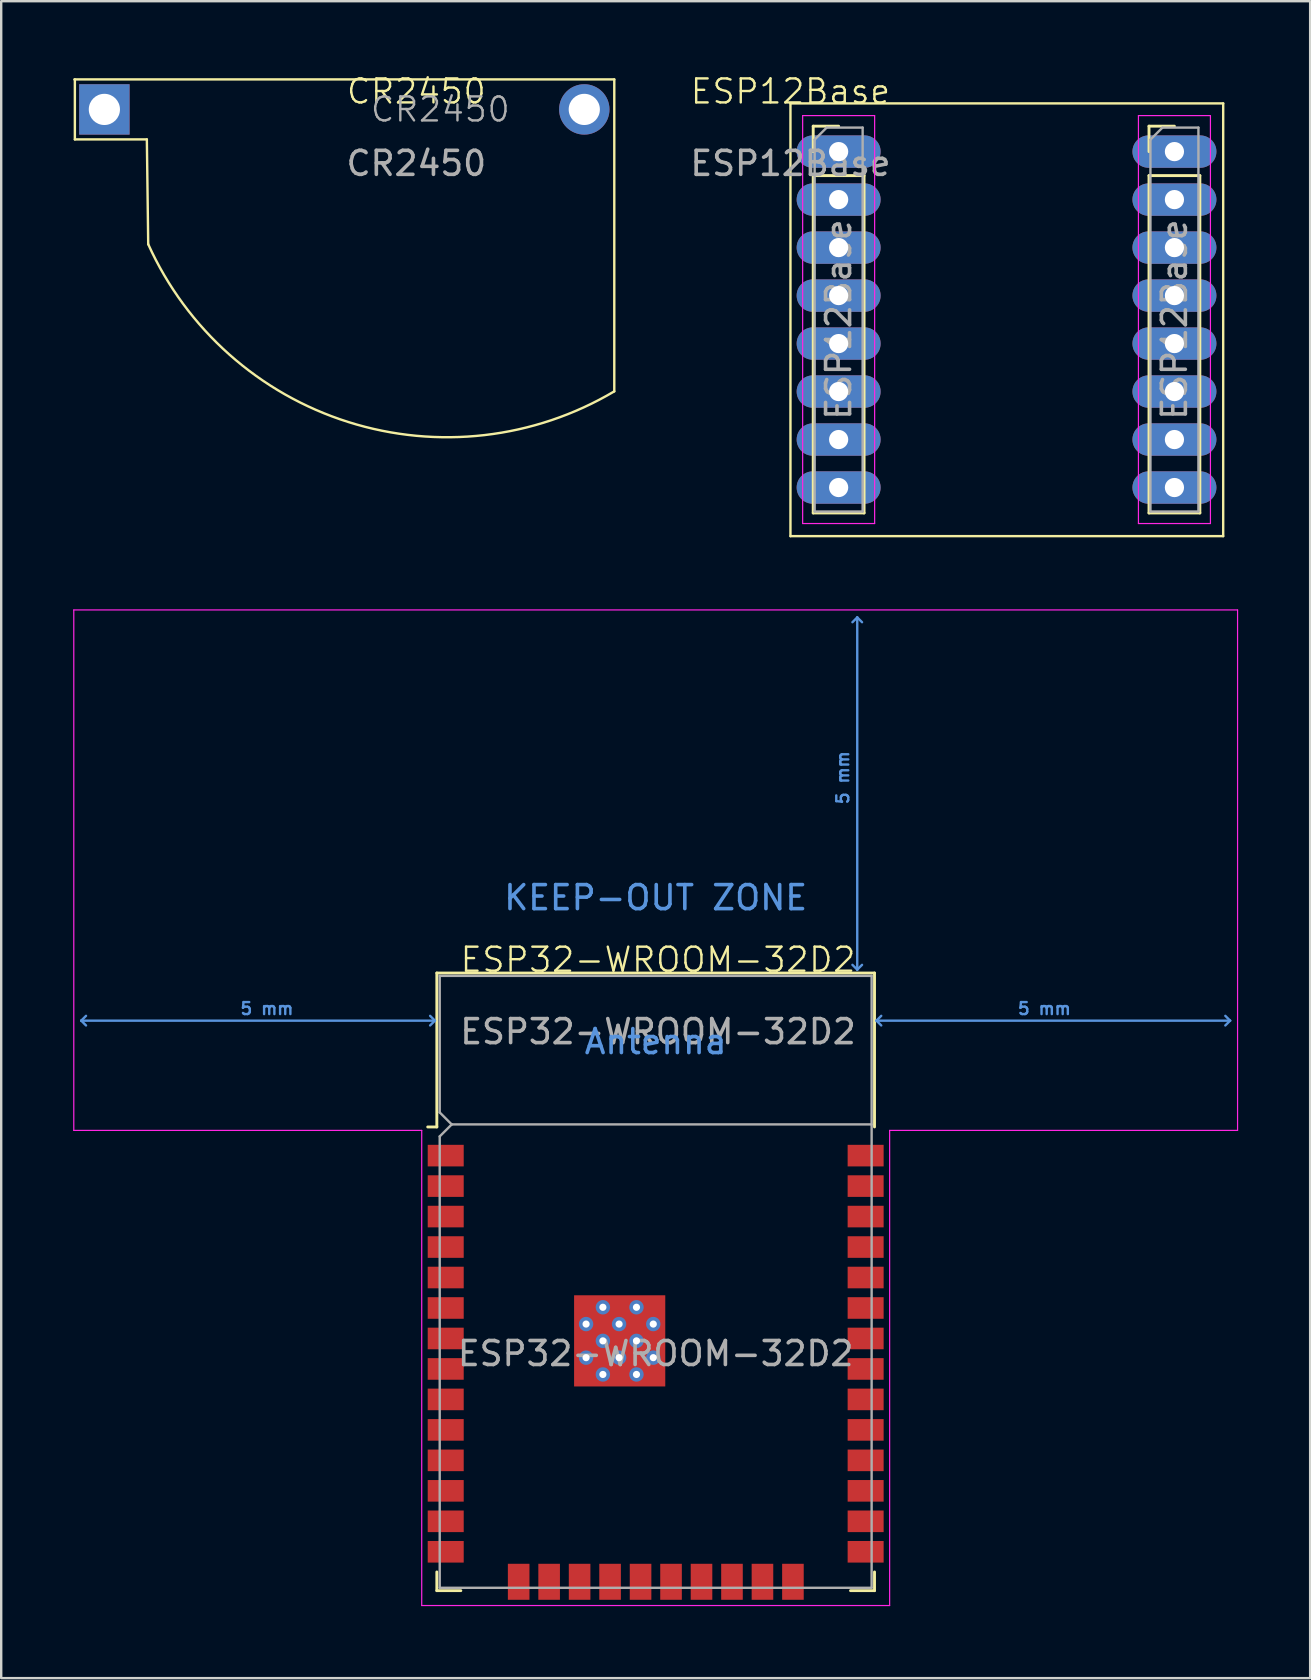
<source format=kicad_pcb>
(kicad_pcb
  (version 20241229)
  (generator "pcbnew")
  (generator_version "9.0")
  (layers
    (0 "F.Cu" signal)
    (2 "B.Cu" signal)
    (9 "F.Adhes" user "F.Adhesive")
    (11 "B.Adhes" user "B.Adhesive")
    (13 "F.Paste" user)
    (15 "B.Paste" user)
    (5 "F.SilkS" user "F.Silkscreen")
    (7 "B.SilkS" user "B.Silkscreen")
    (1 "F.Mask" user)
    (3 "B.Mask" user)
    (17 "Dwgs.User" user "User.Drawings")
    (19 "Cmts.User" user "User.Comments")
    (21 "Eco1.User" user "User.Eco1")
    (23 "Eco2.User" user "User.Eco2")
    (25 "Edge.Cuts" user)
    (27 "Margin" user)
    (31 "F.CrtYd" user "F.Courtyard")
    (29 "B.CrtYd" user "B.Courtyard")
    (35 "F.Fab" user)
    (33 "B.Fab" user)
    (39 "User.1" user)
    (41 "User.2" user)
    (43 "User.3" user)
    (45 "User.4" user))
  (footprint "ESP12Base"
    (layer "F.Cu")
    (at 29.892 1.26)
    (property "Reference" "ESP12Base" (at 0 -0.5 0) (unlocked yes) (layer "F.SilkS") (effects (font (size 1 1) (thickness 0.1))))
    (attr through_hole)
    (fp_line (start 0 0) (end 18.034 0) (stroke (width 0.1) (type default)) (layer "F.SilkS"))
    (fp_line (start 0 18.034) (end 0 0) (stroke (width 0.1) (type default)) (layer "F.SilkS"))
    (fp_line (start 0.948 0.948) (end 2.008 0.948) (stroke (width 0.12) (type solid)) (layer "F.SilkS"))
    (fp_line (start 0.948 2.008) (end 0.948 0.948) (stroke (width 0.12) (type solid)) (layer "F.SilkS"))
    (fp_line (start 0.948 3.008) (end 0.948 17.068) (stroke (width 0.12) (type solid)) (layer "F.SilkS"))
    (fp_line (start 0.948 3.008) (end 3.068 3.008) (stroke (width 0.12) (type solid)) (layer "F.SilkS"))
    (fp_line (start 0.948 17.068) (end 3.068 17.068) (stroke (width 0.12) (type solid)) (layer "F.SilkS"))
    (fp_line (start 3.068 3.008) (end 3.068 17.068) (stroke (width 0.12) (type solid)) (layer "F.SilkS"))
    (fp_line (start 14.942 0.948) (end 16.002 0.948) (stroke (width 0.12) (type solid)) (layer "F.SilkS"))
    (fp_line (start 14.942 2.008) (end 14.942 0.948) (stroke (width 0.12) (type solid)) (layer "F.SilkS"))
    (fp_line (start 14.942 3.008) (end 14.942 17.068) (stroke (width 0.12) (type solid)) (layer "F.SilkS"))
    (fp_line (start 14.942 3.008) (end 17.062 3.008) (stroke (width 0.12) (type solid)) (layer "F.SilkS"))
    (fp_line (start 14.942 17.068) (end 17.062 17.068) (stroke (width 0.12) (type solid)) (layer "F.SilkS"))
    (fp_line (start 17.062 3.008) (end 17.062 17.068) (stroke (width 0.12) (type solid)) (layer "F.SilkS"))
    (fp_line (start 18.034 0) (end 18.034 18.034) (stroke (width 0.1) (type default)) (layer "F.SilkS"))
    (fp_line (start 18.034 18.034) (end 0 18.034) (stroke (width 0.1) (type default)) (layer "F.SilkS"))
    (fp_line (start 0.508 0.508) (end 0.508 17.508) (stroke (width 0.05) (type solid)) (layer "F.CrtYd"))
    (fp_line (start 0.508 17.508) (end 3.508 17.508) (stroke (width 0.05) (type solid)) (layer "F.CrtYd"))
    (fp_line (start 3.508 0.508) (end 0.508 0.508) (stroke (width 0.05) (type solid)) (layer "F.CrtYd"))
    (fp_line (start 3.508 17.508) (end 3.508 0.508) (stroke (width 0.05) (type solid)) (layer "F.CrtYd"))
    (fp_line (start 14.502 0.508) (end 14.502 17.508) (stroke (width 0.05) (type solid)) (layer "F.CrtYd"))
    (fp_line (start 14.502 17.508) (end 17.502 17.508) (stroke (width 0.05) (type solid)) (layer "F.CrtYd"))
    (fp_line (start 17.502 0.508) (end 14.502 0.508) (stroke (width 0.05) (type solid)) (layer "F.CrtYd"))
    (fp_line (start 17.502 17.508) (end 17.502 0.508) (stroke (width 0.05) (type solid)) (layer "F.CrtYd"))
    (fp_line (start 1.008 1.508) (end 1.508 1.008) (stroke (width 0.1) (type solid)) (layer "F.Fab"))
    (fp_line (start 1.008 17.008) (end 1.008 1.508) (stroke (width 0.1) (type solid)) (layer "F.Fab"))
    (fp_line (start 1.508 1.008) (end 3.008 1.008) (stroke (width 0.1) (type solid)) (layer "F.Fab"))
    (fp_line (start 3.008 1.008) (end 3.008 17.008) (stroke (width 0.1) (type solid)) (layer "F.Fab"))
    (fp_line (start 3.008 17.008) (end 1.008 17.008) (stroke (width 0.1) (type solid)) (layer "F.Fab"))
    (fp_line (start 15.002 1.508) (end 15.502 1.008) (stroke (width 0.1) (type solid)) (layer "F.Fab"))
    (fp_line (start 15.002 17.008) (end 15.002 1.508) (stroke (width 0.1) (type solid)) (layer "F.Fab"))
    (fp_line (start 15.502 1.008) (end 17.002 1.008) (stroke (width 0.1) (type solid)) (layer "F.Fab"))
    (fp_line (start 17.002 1.008) (end 17.002 17.008) (stroke (width 0.1) (type solid)) (layer "F.Fab"))
    (fp_line (start 17.002 17.008) (end 15.002 17.008) (stroke (width 0.1) (type solid)) (layer "F.Fab"))
    (fp_text user "${REFERENCE}" (at 2.008 9.008 90) (layer "F.Fab") (effects (font (size 1 1) (thickness 0.15))))
    (fp_text user "${REFERENCE}" (at 16.002 9.008 90) (layer "F.Fab") (effects (font (size 1 1) (thickness 0.15))))
    (fp_text user "${REFERENCE}" (at 0 2.5 0) (unlocked yes) (layer "F.Fab") (effects (font (size 1 1) (thickness 0.15))))
    (pad "1" thru_hole oval (at 2.008 2.008) (size 3.5 1.35) (drill 0.8) (layers "*.Cu" "*.Mask"))
    (pad "2" thru_hole oval (at 2.008 4.008) (size 3.5 1.35) (drill 0.8) (layers "*.Cu" "*.Mask"))
    (pad "3" thru_hole oval (at 2.008 6.008) (size 3.5 1.35) (drill 0.8) (layers "*.Cu" "*.Mask"))
    (pad "4" thru_hole oval (at 2.008 8.008) (size 3.5 1.35) (drill 0.8) (layers "*.Cu" "*.Mask"))
    (pad "5" thru_hole oval (at 2.008 10.008) (size 3.5 1.35) (drill 0.8) (layers "*.Cu" "*.Mask"))
    (pad "6" thru_hole oval (at 2.008 12.008) (size 3.5 1.35) (drill 0.8) (layers "*.Cu" "*.Mask"))
    (pad "7" thru_hole oval (at 2.008 14.008) (size 3.5 1.35) (drill 0.8) (layers "*.Cu" "*.Mask"))
    (pad "8" thru_hole oval (at 2.008 16.008) (size 3.5 1.35) (drill 0.8) (layers "*.Cu" "*.Mask"))
    (pad "9" thru_hole oval (at 16.002 2.008) (size 3.5 1.35) (drill 0.8) (layers "*.Cu" "*.Mask"))
    (pad "10" thru_hole oval (at 16.002 4.008) (size 3.5 1.35) (drill 0.8) (layers "*.Cu" "*.Mask"))
    (pad "11" thru_hole oval (at 16.002 6.008) (size 3.5 1.35) (drill 0.8) (layers "*.Cu" "*.Mask"))
    (pad "12" thru_hole oval (at 16.002 8.008) (size 3.5 1.35) (drill 0.8) (layers "*.Cu" "*.Mask"))
    (pad "13" thru_hole oval (at 16.002 10.008) (size 3.5 1.35) (drill 0.8) (layers "*.Cu" "*.Mask"))
    (pad "14" thru_hole oval (at 16.002 12.008) (size 3.5 1.35) (drill 0.8) (layers "*.Cu" "*.Mask"))
    (pad "15" thru_hole oval (at 16.002 14.008) (size 3.5 1.35) (drill 0.8) (layers "*.Cu" "*.Mask"))
    (pad "16" thru_hole oval (at 16.002 16.008) (size 3.5 1.35) (drill 0.8) (layers "*.Cu" "*.Mask")))
  (footprint "CR2450"
    (layer "F.Cu")
    (at 15.82 1.51)
    (property "Reference" "CR2450" (at -1.52 -0.75 0) (unlocked yes) (layer "F.SilkS") (effects (font (size 1 1) (thickness 0.1))))
    (attr through_hole)
    (fp_line (start -15.77 -1.25) (end 6.73 -1.25) (stroke (width 0.1) (type default)) (layer "F.SilkS"))
    (fp_line (start -15.75 1.25) (end -15.75 -1.25) (stroke (width 0.1) (type default)) (layer "F.SilkS"))
    (fp_line (start -12.75 1.25) (end -15.75 1.25) (stroke (width 0.1) (type default)) (layer "F.SilkS"))
    (fp_line (start -12.693 5.618) (end -12.75 1.25) (stroke (width 0.1) (type default)) (layer "F.SilkS"))
    (fp_line (start 6.73 -1.25) (end 6.73 11.75) (stroke (width 0.1) (type default)) (layer "F.SilkS"))
    (fp_arc (start 6.73 11.75) (mid -4.352899 13.027949) (end -12.693097 5.618164) (stroke (width 0.1) (type default)) (layer "F.SilkS"))
    (fp_text user "${REFERENCE}" (at -0.52 0 0) (layer "F.Fab") (effects (font (size 1 1) (thickness 0.1))))
    (fp_text user "${REFERENCE}" (at -1.52 2.25 0) (unlocked yes) (layer "F.Fab") (effects (font (size 1 1) (thickness 0.15))))
    (pad "1" thru_hole rect (at -14.52 0 270) (size 2.1 2.1) (drill 1.3) (layers "*.Cu" "*.Mask"))
    (pad "2" thru_hole circle (at 5.48 0 270) (size 2.1 2.1) (drill 1.3) (layers "*.Cu" "*.Mask")))
  (footprint "ESP32-WROOM-32D2"
    (layer "F.Cu")
    (at 24.373 37.444)
    (property "Reference" "ESP32-WROOM-32D2" (at 0 -0.5 0) (unlocked yes) (layer "F.SilkS") (effects (font (size 1 1) (thickness 0.1))))
    (attr smd)
    (fp_line (start -9.218 0.056) (end -9.218 6.471) (stroke (width 0.12) (type solid)) (layer "F.SilkS"))
    (fp_line (start -9.218 0.056) (end 9.022 0.056) (stroke (width 0.12) (type solid)) (layer "F.SilkS"))
    (fp_line (start -9.218 6.471) (end -9.598 6.471) (stroke (width 0.12) (type solid)) (layer "F.SilkS"))
    (fp_line (start -9.218 25.016) (end -9.218 25.796) (stroke (width 0.12) (type solid)) (layer "F.SilkS"))
    (fp_line (start -9.218 25.796) (end -8.218 25.796) (stroke (width 0.12) (type solid)) (layer "F.SilkS"))
    (fp_line (start 9.022 0.056) (end 9.022 6.471) (stroke (width 0.12) (type solid)) (layer "F.SilkS"))
    (fp_line (start 9.022 25.016) (end 9.022 25.796) (stroke (width 0.12) (type solid)) (layer "F.SilkS"))
    (fp_line (start 9.022 25.796) (end 8.022 25.796) (stroke (width 0.12) (type solid)) (layer "F.SilkS"))
    (fp_line (start -24.038 2.041) (end -23.838 1.841) (stroke (width 0.1) (type solid)) (layer "Cmts.User"))
    (fp_line (start -24.038 2.041) (end -23.838 2.241) (stroke (width 0.1) (type solid)) (layer "Cmts.User"))
    (fp_line (start -24.038 2.041) (end -9.298 2.041) (stroke (width 0.1) (type solid)) (layer "Cmts.User"))
    (fp_line (start -9.298 2.041) (end -9.498 1.841) (stroke (width 0.1) (type solid)) (layer "Cmts.User"))
    (fp_line (start -9.298 2.041) (end -9.498 2.241) (stroke (width 0.1) (type solid)) (layer "Cmts.User"))
    (fp_line (start 8.302 -14.764) (end 8.102 -14.564) (stroke (width 0.1) (type solid)) (layer "Cmts.User"))
    (fp_line (start 8.302 -14.764) (end 8.502 -14.564) (stroke (width 0.1) (type solid)) (layer "Cmts.User"))
    (fp_line (start 8.302 -0.084) (end 8.102 -0.284) (stroke (width 0.1) (type solid)) (layer "Cmts.User"))
    (fp_line (start 8.302 -0.084) (end 8.302 -14.764) (stroke (width 0.1) (type solid)) (layer "Cmts.User"))
    (fp_line (start 8.302 -0.084) (end 8.502 -0.284) (stroke (width 0.1) (type solid)) (layer "Cmts.User"))
    (fp_line (start 9.102 2.041) (end 9.302 1.841) (stroke (width 0.1) (type solid)) (layer "Cmts.User"))
    (fp_line (start 9.102 2.041) (end 9.302 2.241) (stroke (width 0.1) (type solid)) (layer "Cmts.User"))
    (fp_line (start 9.102 2.041) (end 23.842 2.041) (stroke (width 0.1) (type solid)) (layer "Cmts.User"))
    (fp_line (start 23.842 2.041) (end 23.642 1.841) (stroke (width 0.1) (type solid)) (layer "Cmts.User"))
    (fp_line (start 23.842 2.041) (end 23.642 2.241) (stroke (width 0.1) (type solid)) (layer "Cmts.User"))
    (fp_line (start -24.348 -15.074) (end -24.348 6.616) (stroke (width 0.05) (type solid)) (layer "F.CrtYd"))
    (fp_line (start -24.348 -15.074) (end 24.152 -15.074) (stroke (width 0.05) (type solid)) (layer "F.CrtYd"))
    (fp_line (start -24.348 6.616) (end -9.848 6.616) (stroke (width 0.05) (type solid)) (layer "F.CrtYd"))
    (fp_line (start -9.848 26.416) (end -9.848 6.616) (stroke (width 0.05) (type solid)) (layer "F.CrtYd"))
    (fp_line (start -9.848 26.416) (end 9.652 26.416) (stroke (width 0.05) (type solid)) (layer "F.CrtYd"))
    (fp_line (start 9.652 6.616) (end 9.652 26.416) (stroke (width 0.05) (type solid)) (layer "F.CrtYd"))
    (fp_line (start 9.652 6.616) (end 24.152 6.616) (stroke (width 0.05) (type solid)) (layer "F.CrtYd"))
    (fp_line (start 24.152 -15.074) (end 24.152 6.616) (stroke (width 0.05) (type solid)) (layer "F.CrtYd"))
    (fp_line (start -9.098 0.176) (end -9.098 5.866) (stroke (width 0.1) (type solid)) (layer "F.Fab"))
    (fp_line (start -9.098 0.176) (end 8.902 0.176) (stroke (width 0.1) (type solid)) (layer "F.Fab"))
    (fp_line (start -9.098 6.866) (end -9.098 25.676) (stroke (width 0.1) (type solid)) (layer "F.Fab"))
    (fp_line (start -9.098 6.866) (end -8.598 6.366) (stroke (width 0.1) (type solid)) (layer "F.Fab"))
    (fp_line (start -9.098 25.676) (end 8.902 25.676) (stroke (width 0.1) (type solid)) (layer "F.Fab"))
    (fp_line (start -8.598 6.366) (end -9.098 5.866) (stroke (width 0.1) (type solid)) (layer "F.Fab"))
    (fp_line (start -8.598 6.366) (end 8.902 6.366) (stroke (width 0.1) (type solid)) (layer "F.Fab"))
    (fp_line (start 8.902 25.676) (end 8.902 0.176) (stroke (width 0.1) (type solid)) (layer "F.Fab"))
    (fp_text user "5 mm" (at -16.298 1.541 0) (layer "Cmts.User") (effects (font (size 0.5 0.5) (thickness 0.1))))
    (fp_text user "Antenna" (at -0.098 2.916 0) (layer "Cmts.User") (effects (font (size 1 1) (thickness 0.15))))
    (fp_text user "KEEP-OUT ZONE" (at -0.098 -3.084 0) (layer "Cmts.User") (effects (font (size 1 1) (thickness 0.15))))
    (fp_text user "5 mm" (at 16.102 1.541 0) (layer "Cmts.User") (effects (font (size 0.5 0.5) (thickness 0.1))))
    (fp_text user "5 mm" (at 7.702 -8.084 90) (layer "Cmts.User") (effects (font (size 0.5 0.5) (thickness 0.1))))
    (fp_text user "${REFERENCE}" (at -0.098 15.916 0) (layer "F.Fab") (effects (font (size 1 1) (thickness 0.15))))
    (fp_text user "${REFERENCE}" (at 0 2.5 0) (unlocked yes) (layer "F.Fab") (effects (font (size 1 1) (thickness 0.15))))
    (pad "1" smd rect (at -8.848 7.666) (size 1.5 0.9) (layers "F.Cu" "F.Mask" "F.Paste"))
    (pad "2" smd rect (at -8.848 8.936) (size 1.5 0.9) (layers "F.Cu" "F.Mask" "F.Paste"))
    (pad "3" smd rect (at -8.848 10.206) (size 1.5 0.9) (layers "F.Cu" "F.Mask" "F.Paste"))
    (pad "4" smd rect (at -8.848 11.476) (size 1.5 0.9) (layers "F.Cu" "F.Mask" "F.Paste"))
    (pad "5" smd rect (at -8.848 12.746) (size 1.5 0.9) (layers "F.Cu" "F.Mask" "F.Paste"))
    (pad "6" smd rect (at -8.848 14.016) (size 1.5 0.9) (layers "F.Cu" "F.Mask" "F.Paste"))
    (pad "7" smd rect (at -8.848 15.286) (size 1.5 0.9) (layers "F.Cu" "F.Mask" "F.Paste"))
    (pad "8" smd rect (at -8.848 16.556) (size 1.5 0.9) (layers "F.Cu" "F.Mask" "F.Paste"))
    (pad "9" smd rect (at -8.848 17.826) (size 1.5 0.9) (layers "F.Cu" "F.Mask" "F.Paste"))
    (pad "10" smd rect (at -8.848 19.096) (size 1.5 0.9) (layers "F.Cu" "F.Mask" "F.Paste"))
    (pad "11" smd rect (at -8.848 20.366) (size 1.5 0.9) (layers "F.Cu" "F.Mask" "F.Paste"))
    (pad "12" smd rect (at -8.848 21.636) (size 1.5 0.9) (layers "F.Cu" "F.Mask" "F.Paste"))
    (pad "13" smd rect (at -8.848 22.906) (size 1.5 0.9) (layers "F.Cu" "F.Mask" "F.Paste"))
    (pad "14" smd rect (at -8.848 24.176) (size 1.5 0.9) (layers "F.Cu" "F.Mask" "F.Paste"))
    (pad "15" smd rect (at -5.808 25.426 90) (size 1.5 0.9) (layers "F.Cu" "F.Mask" "F.Paste"))
    (pad "16" smd rect (at -4.538 25.426 90) (size 1.5 0.9) (layers "F.Cu" "F.Mask" "F.Paste"))
    (pad "17" smd rect (at -3.268 25.426 90) (size 1.5 0.9) (layers "F.Cu" "F.Mask" "F.Paste"))
    (pad "18" smd rect (at -1.998 25.426 90) (size 1.5 0.9) (layers "F.Cu" "F.Mask" "F.Paste"))
    (pad "19" smd rect (at -0.728 25.426 90) (size 1.5 0.9) (layers "F.Cu" "F.Mask" "F.Paste"))
    (pad "20" smd rect (at 0.542 25.426 90) (size 1.5 0.9) (layers "F.Cu" "F.Mask" "F.Paste"))
    (pad "21" smd rect (at 1.812 25.426 90) (size 1.5 0.9) (layers "F.Cu" "F.Mask" "F.Paste"))
    (pad "22" smd rect (at 3.082 25.426 90) (size 1.5 0.9) (layers "F.Cu" "F.Mask" "F.Paste"))
    (pad "23" smd rect (at 4.352 25.426 90) (size 1.5 0.9) (layers "F.Cu" "F.Mask" "F.Paste"))
    (pad "24" smd rect (at 5.622 25.426 90) (size 1.5 0.9) (layers "F.Cu" "F.Mask" "F.Paste"))
    (pad "25" smd rect (at 8.652 24.176) (size 1.5 0.9) (layers "F.Cu" "F.Mask" "F.Paste"))
    (pad "26" smd rect (at 8.652 22.906) (size 1.5 0.9) (layers "F.Cu" "F.Mask" "F.Paste"))
    (pad "27" smd rect (at 8.652 21.636) (size 1.5 0.9) (layers "F.Cu" "F.Mask" "F.Paste"))
    (pad "28" smd rect (at 8.652 20.366) (size 1.5 0.9) (layers "F.Cu" "F.Mask" "F.Paste"))
    (pad "29" smd rect (at 8.652 19.096) (size 1.5 0.9) (layers "F.Cu" "F.Mask" "F.Paste"))
    (pad "30" smd rect (at 8.652 17.826) (size 1.5 0.9) (layers "F.Cu" "F.Mask" "F.Paste"))
    (pad "31" smd rect (at 8.652 16.556) (size 1.5 0.9) (layers "F.Cu" "F.Mask" "F.Paste"))
    (pad "32" smd rect (at 8.652 15.286) (size 1.5 0.9) (layers "F.Cu" "F.Mask" "F.Paste"))
    (pad "33" smd rect (at 8.652 14.016) (size 1.5 0.9) (layers "F.Cu" "F.Mask" "F.Paste"))
    (pad "34" smd rect (at 8.652 12.746) (size 1.5 0.9) (layers "F.Cu" "F.Mask" "F.Paste"))
    (pad "35" smd rect (at 8.652 11.476) (size 1.5 0.9) (layers "F.Cu" "F.Mask" "F.Paste"))
    (pad "36" smd rect (at 8.652 10.206) (size 1.5 0.9) (layers "F.Cu" "F.Mask" "F.Paste"))
    (pad "37" smd rect (at 8.652 8.936) (size 1.5 0.9) (layers "F.Cu" "F.Mask" "F.Paste"))
    (pad "38" smd rect (at 8.652 7.666) (size 1.5 0.9) (layers "F.Cu" "F.Mask" "F.Paste"))
    (pad "39" smd rect (at -2.998 13.986) (size 0.9 0.9) (layers "F.Cu" "F.Paste"))
    (pad "39" thru_hole circle (at -2.998 14.686) (size 0.6 0.6) (drill 0.3) (property pad_prop_heatsink) (layers "*.Cu" "F.Mask"))
    (pad "39" smd rect (at -2.998 15.386) (size 0.9 0.9) (layers "F.Cu" "F.Paste"))
    (pad "39" thru_hole circle (at -2.998 16.086) (size 0.6 0.6) (drill 0.3) (property pad_prop_heatsink) (layers "*.Cu" "F.Mask"))
    (pad "39" smd rect (at -2.998 16.786) (size 0.9 0.9) (layers "F.Cu" "F.Paste"))
    (pad "39" thru_hole circle (at -2.298 13.986) (size 0.6 0.6) (drill 0.3) (property pad_prop_heatsink) (layers "*.Cu" "F.Mask"))
    (pad "39" thru_hole circle (at -2.298 15.386) (size 0.6 0.6) (drill 0.3) (property pad_prop_heatsink) (layers "*.Cu" "F.Mask"))
    (pad "39" thru_hole circle (at -2.298 16.786) (size 0.6 0.6) (drill 0.3) (property pad_prop_heatsink) (layers "*.Cu" "F.Mask"))
    (pad "39" thru_hole circle (at -1.623 14.686) (size 0.6 0.6) (drill 0.3) (property pad_prop_heatsink) (layers "*.Cu" "F.Mask"))
    (pad "39" thru_hole circle (at -1.623 16.086) (size 0.6 0.6) (drill 0.3) (property pad_prop_heatsink) (layers "*.Cu" "F.Mask"))
    (pad "39" smd rect (at -1.598 13.986) (size 0.9 0.9) (layers "F.Cu" "F.Paste"))
    (pad "39" smd rect (at -1.598 15.386) (size 0.9 0.9) (layers "F.Cu" "F.Paste"))
    (pad "39" smd rect (at -1.598 15.386) (size 3.8 3.8) (layers "F.Cu" "F.Mask"))
    (pad "39" smd rect (at -1.598 16.786) (size 0.9 0.9) (layers "F.Cu" "F.Paste"))
    (pad "39" thru_hole circle (at -0.898 13.986) (size 0.6 0.6) (drill 0.3) (property pad_prop_heatsink) (layers "*.Cu" "F.Mask"))
    (pad "39" thru_hole circle (at -0.898 15.386) (size 0.6 0.6) (drill 0.3) (property pad_prop_heatsink) (layers "*.Cu" "F.Mask"))
    (pad "39" thru_hole circle (at -0.898 16.786) (size 0.6 0.6) (drill 0.3) (property pad_prop_heatsink) (layers "*.Cu" "F.Mask"))
    (pad "39" smd rect (at -0.198 13.986) (size 0.9 0.9) (layers "F.Cu" "F.Paste"))
    (pad "39" thru_hole circle (at -0.198 14.686) (size 0.6 0.6) (drill 0.3) (property pad_prop_heatsink) (layers "*.Cu" "F.Mask"))
    (pad "39" smd rect (at -0.198 15.386) (size 0.9 0.9) (layers "F.Cu" "F.Paste"))
    (pad "39" thru_hole circle (at -0.198 16.086) (size 0.6 0.6) (drill 0.3) (property pad_prop_heatsink) (layers "*.Cu" "F.Mask"))
    (pad "39" smd rect (at -0.198 16.786) (size 0.9 0.9) (layers "F.Cu" "F.Paste"))
    (zone (net_name "") (layers "F.Cu" "B.Cu") (hatch full 0.508) (connect_pads) (min_thickness 0.254) (filled_areas_thickness no) (keepout (tracks not_allowed) (vias not_allowed) (pads not_allowed) (copperpour not_allowed) (footprints not_allowed)) (placement (enabled no)) (fill) (polygon (pts (xy 0.275 43.809) (xy 48.275 43.809) (xy 48.275 22.619) (xy 0.275 22.619)))))
  (gr_rect
    (start -3 -3)
    (end 51.55 66.885)
    (stroke (width 0.1) (type default))
    (fill no)
    (layer "Edge.Cuts")))
</source>
